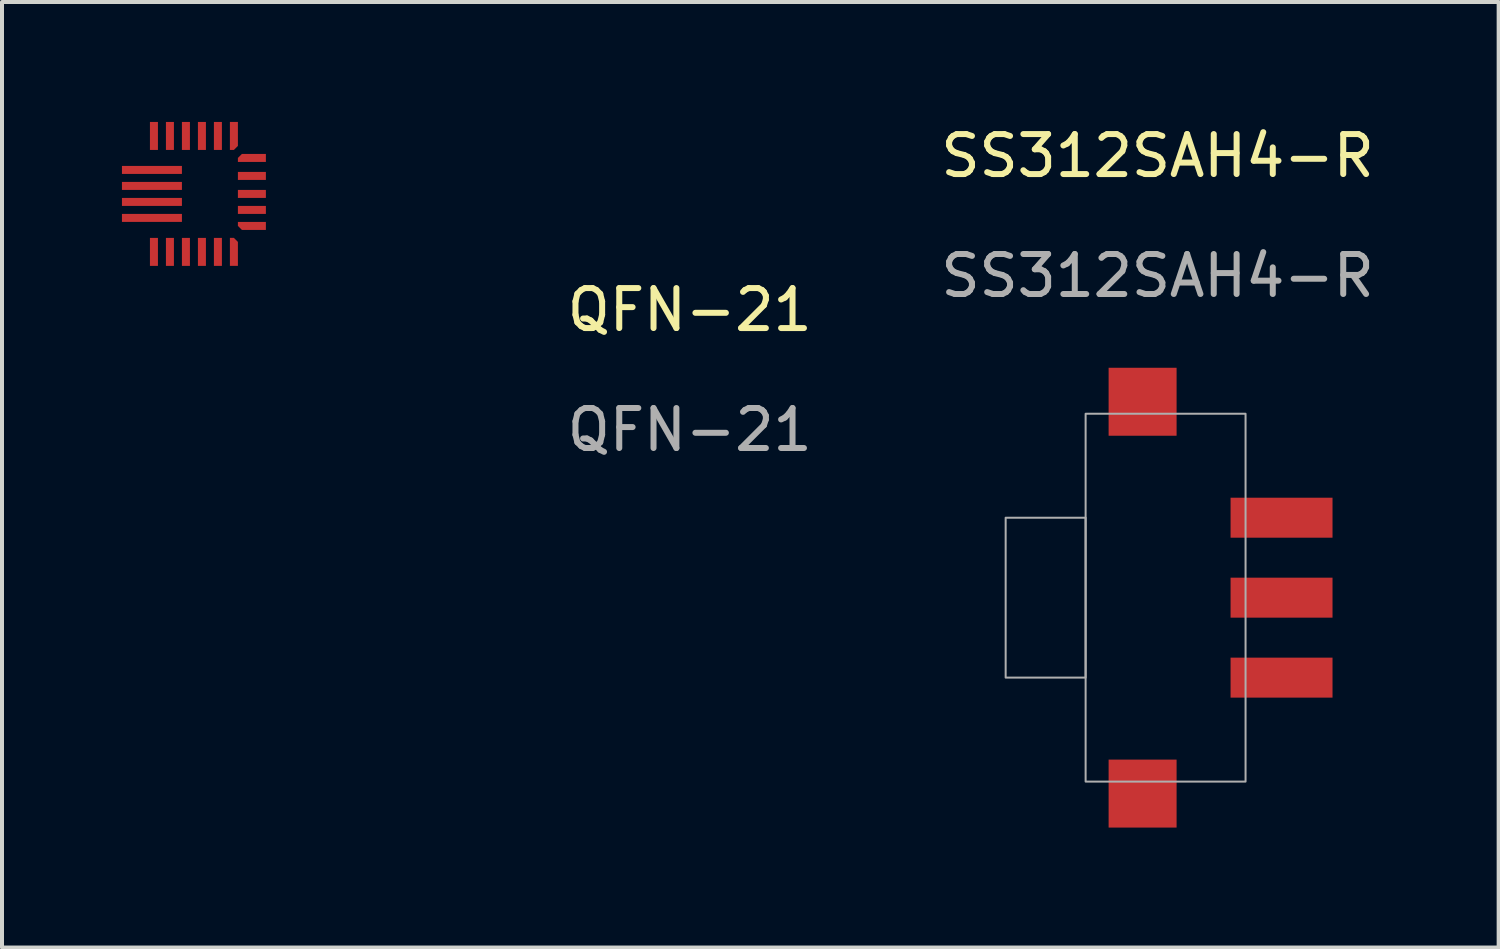
<source format=kicad_pcb>
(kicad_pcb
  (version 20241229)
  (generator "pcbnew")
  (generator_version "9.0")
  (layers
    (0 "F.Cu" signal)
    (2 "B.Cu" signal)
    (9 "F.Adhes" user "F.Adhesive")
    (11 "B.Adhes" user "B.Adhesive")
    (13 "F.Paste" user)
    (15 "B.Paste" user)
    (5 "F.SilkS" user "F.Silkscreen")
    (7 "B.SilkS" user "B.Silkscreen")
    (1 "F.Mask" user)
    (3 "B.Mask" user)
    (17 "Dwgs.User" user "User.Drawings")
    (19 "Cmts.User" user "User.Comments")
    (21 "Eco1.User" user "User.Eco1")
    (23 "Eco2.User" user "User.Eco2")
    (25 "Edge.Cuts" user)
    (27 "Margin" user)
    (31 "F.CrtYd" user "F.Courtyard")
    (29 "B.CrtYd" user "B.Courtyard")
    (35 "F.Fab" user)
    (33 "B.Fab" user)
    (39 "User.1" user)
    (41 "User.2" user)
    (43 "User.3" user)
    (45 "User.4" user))
  (footprint "QFN-21"
    (layer "F.Cu")
    (at 1.8 1.8)
    (property "Reference" "QFN-21" (at 12.4 2.9 0) (unlocked yes) (layer "F.SilkS") (effects (font (size 1 1) (thickness 0.15))))
    (attr smd)
    (fp_text user "${REFERENCE}" (at 12.4 5.9 0) (unlocked yes) (layer "F.Fab") (effects (font (size 1 1) (thickness 0.15))))
    (pad "1" smd rect (at -1.05 -0.6) (size 1.5 0.2) (layers "F.Cu" "F.Mask" "F.Paste"))
    (pad "2" smd rect (at -1.05 -0.2) (size 1.5 0.2) (layers "F.Cu" "F.Mask" "F.Paste"))
    (pad "3" smd rect (at -1.05 0.2) (size 1.5 0.2) (layers "F.Cu" "F.Mask" "F.Paste"))
    (pad "4" smd rect (at -1.05 0.6) (size 1.5 0.2) (layers "F.Cu" "F.Mask" "F.Paste"))
    (pad "5" smd rect (at -1 1.45) (size 0.2 0.7) (layers "F.Cu" "F.Mask" "F.Paste"))
    (pad "6" smd rect (at -0.6 1.45) (size 0.2 0.7) (layers "F.Cu" "F.Mask" "F.Paste"))
    (pad "7" smd rect (at -0.2 1.45) (size 0.2 0.7) (layers "F.Cu" "F.Mask" "F.Paste"))
    (pad "8" smd rect (at 0.2 1.45) (size 0.2 0.7) (layers "F.Cu" "F.Mask" "F.Paste"))
    (pad "9" smd rect (at 0.6 1.45) (size 0.2 0.7) (layers "F.Cu" "F.Mask" "F.Paste"))
    (pad "10" smd roundrect (at 1 1.45) (size 0.2 0.7) (layers "F.Cu" "F.Mask" "F.Paste") (roundrect_rratio 0) (chamfer_ratio 0.5) (chamfer top_right))
    (pad "11" smd roundrect (at 1.45 0.8) (size 0.7 0.2) (layers "F.Cu" "F.Mask" "F.Paste") (roundrect_rratio 0) (chamfer_ratio 0.5) (chamfer bottom_left))
    (pad "12" smd rect (at 1.45 0.4) (size 0.7 0.2) (layers "F.Cu" "F.Mask" "F.Paste"))
    (pad "13" smd rect (at 1.45 0) (size 0.7 0.2) (layers "F.Cu" "F.Mask" "F.Paste"))
    (pad "14" smd rect (at 1.45 -0.45) (size 0.7 0.2) (layers "F.Cu" "F.Mask" "F.Paste"))
    (pad "15" smd roundrect (at 1.45 -0.9) (size 0.7 0.2) (layers "F.Cu" "F.Mask" "F.Paste") (roundrect_rratio 0) (chamfer_ratio 0.5) (chamfer top_left))
    (pad "16" smd roundrect (at 1 -1.45) (size 0.2 0.7) (layers "F.Cu" "F.Mask" "F.Paste") (roundrect_rratio 0) (chamfer_ratio 0.5) (chamfer bottom_right))
    (pad "17" smd rect (at 0.6 -1.45) (size 0.2 0.7) (layers "F.Cu" "F.Mask" "F.Paste"))
    (pad "18" smd rect (at 0.2 -1.45) (size 0.2 0.7) (layers "F.Cu" "F.Mask" "F.Paste"))
    (pad "19" smd rect (at -0.2 -1.45) (size 0.2 0.7) (layers "F.Cu" "F.Mask" "F.Paste"))
    (pad "20" smd rect (at -0.6 -1.45) (size 0.2 0.7) (layers "F.Cu" "F.Mask" "F.Paste"))
    (pad "21" smd rect (at -1 -1.45) (size 0.2 0.7) (layers "F.Cu" "F.Mask" "F.Paste")))
  (footprint "SS312SAH4-R"
    (layer "F.Cu")
    (at 25.902 11.898)
    (property "Reference" "SS312SAH4-R" (at 0 -11.05 0) (unlocked yes) (layer "F.SilkS") (effects (font (size 1 1) (thickness 0.15))))
    (attr smd)
    (fp_rect (start -1.8 -4.6) (end 2.2 4.6) (stroke (width 0.05) (type solid)) (fill no) (layer "F.Fab"))
    (fp_rect (start -1.8 2) (end -3.8 -2) (stroke (width 0.05) (type solid)) (fill no) (layer "F.Fab"))
    (fp_text user "${REFERENCE}" (at 0 -8.05 0) (unlocked yes) (layer "F.Fab") (effects (font (size 1 1) (thickness 0.15))))
    (pad "1" smd rect (at 3.1 2) (size 2.55 1) (layers "F.Cu" "F.Mask" "F.Paste"))
    (pad "2" smd rect (at 3.1 0) (size 2.55 1) (layers "F.Cu" "F.Mask" "F.Paste"))
    (pad "3" smd rect (at 3.1 -2) (size 2.55 1) (layers "F.Cu" "F.Mask" "F.Paste"))
    (pad "NC" smd rect (at -0.375 -4.9) (size 1.7 1.7) (layers "F.Cu" "F.Mask" "F.Paste"))
    (pad "NC" smd rect (at -0.375 4.9) (size 1.7 1.7) (layers "F.Cu" "F.Mask" "F.Paste")))
  (gr_rect
    (start -3 -3)
    (end 34.432 20.648)
    (stroke (width 0.1) (type default))
    (fill no)
    (layer "Edge.Cuts")))
</source>
